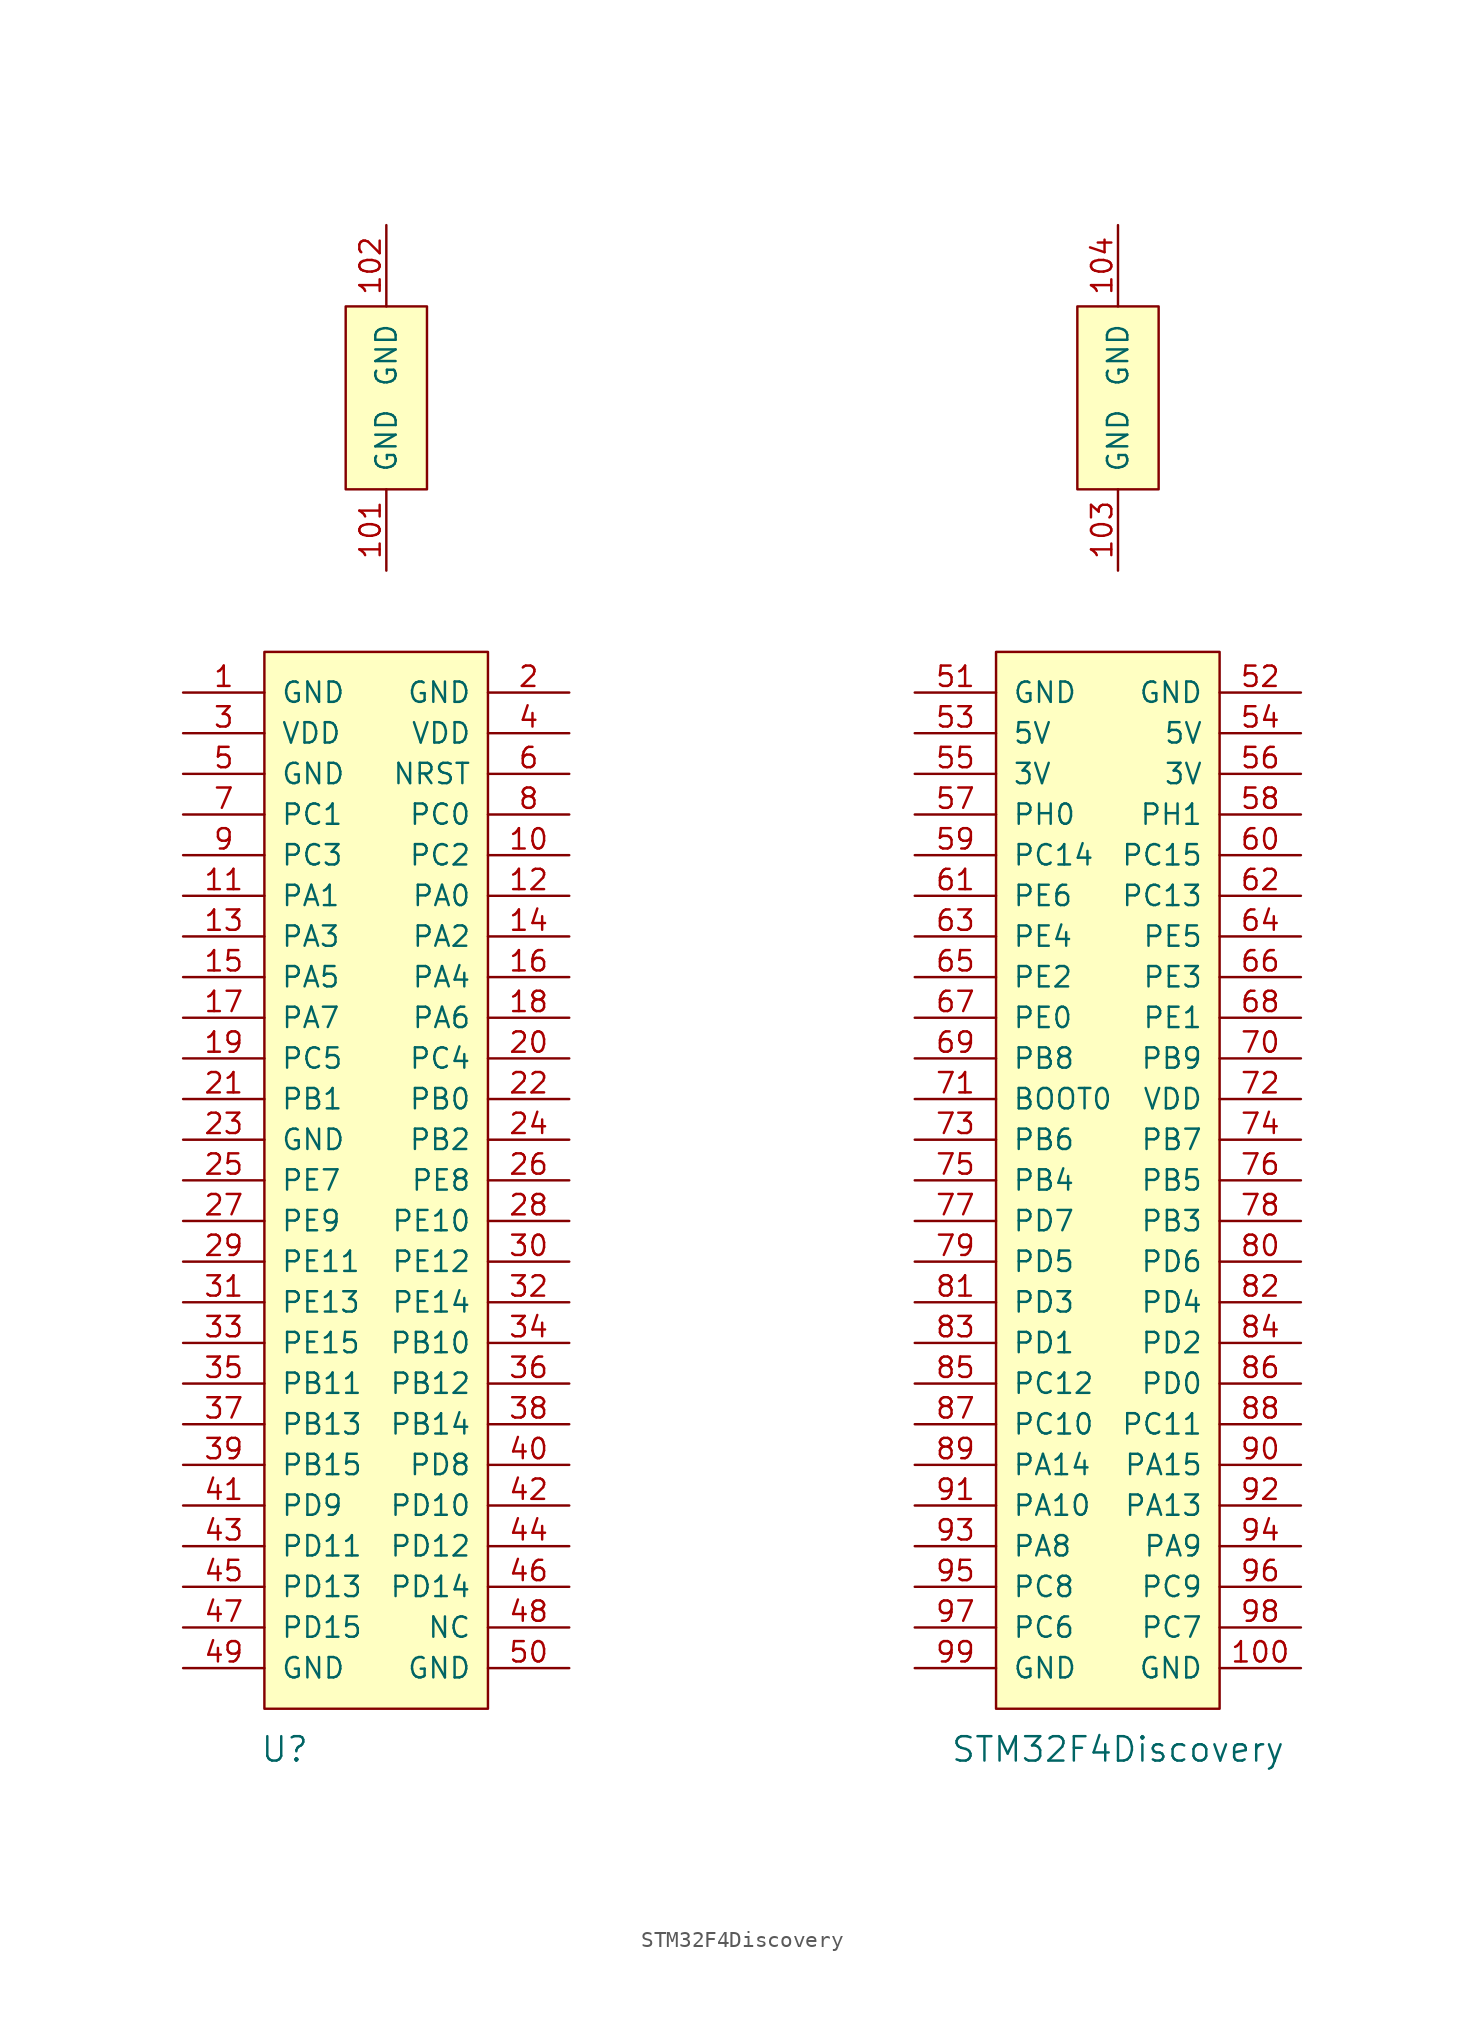
<source format=kicad_sym>
(kicad_symbol_lib
  (version 20211014)
  (generator kicad_symbol_editor)
  (symbol "STM32F4Discovery"
    (pin_names
      (offset 1.016))
    (property "Reference" "U"
      (at -27.94 -2.54 0)
      (effects (font (size 1.524 1.524))))
    (property "Value" "STM32F4Discovery"
      (at 24.13 -2.54 0)
      (effects (font (size 1.524 1.524))))
    (property "Footprint" ""
      (at 0 0 0)
      (effects (font (size 1.524 1.524))))
    (property "Datasheet" ""
      (at 0 0 0)
      (effects (font (size 1.524 1.524))))
    (symbol "STM32F4Discovery_0_1"
      (rectangle (start -29.21 66.04) (end -15.24 0) (stroke (width 0) (type default) (color 0 0 0 0)) (fill (type background)))
      (rectangle (start -24.13 76.2) (end -19.05 87.63) (stroke (width 0) (type default) (color 0 0 0 0)) (fill (type background)))
      (rectangle (start 16.51 66.04) (end 30.48 0) (stroke (width 0) (type default) (color 0 0 0 0)) (fill (type background)))
      (rectangle (start 21.59 76.2) (end 26.67 87.63) (stroke (width 0) (type default) (color 0 0 0 0)) (fill (type background))))
    (symbol "STM32F4Discovery_1_1"
      (pin input line (at -34.29 63.5 0) (length 5.08) (name "GND" (effects (font (size 1.27 1.27)))) (number "1" (effects (font (size 1.27 1.27)))))
      (pin input line (at -10.16 53.34 180) (length 5.08) (name "PC2" (effects (font (size 1.27 1.27)))) (number "10" (effects (font (size 1.27 1.27)))))
      (pin input line (at 35.56 2.54 180) (length 5.08) (name "GND" (effects (font (size 1.27 1.27)))) (number "100" (effects (font (size 1.27 1.27)))))
      (pin input line (at -21.59 71.12 90) (length 5.08) (name "GND" (effects (font (size 1.27 1.27)))) (number "101" (effects (font (size 1.27 1.27)))))
      (pin input line (at -21.59 92.71 270) (length 5.08) (name "GND" (effects (font (size 1.27 1.27)))) (number "102" (effects (font (size 1.27 1.27)))))
      (pin input line (at 24.13 71.12 90) (length 5.08) (name "GND" (effects (font (size 1.27 1.27)))) (number "103" (effects (font (size 1.27 1.27)))))
      (pin input line (at 24.13 92.71 270) (length 5.08) (name "GND" (effects (font (size 1.27 1.27)))) (number "104" (effects (font (size 1.27 1.27)))))
      (pin input line (at -34.29 50.8 0) (length 5.08) (name "PA1" (effects (font (size 1.27 1.27)))) (number "11" (effects (font (size 1.27 1.27)))))
      (pin input line (at -10.16 50.8 180) (length 5.08) (name "PA0" (effects (font (size 1.27 1.27)))) (number "12" (effects (font (size 1.27 1.27)))))
      (pin input line (at -34.29 48.26 0) (length 5.08) (name "PA3" (effects (font (size 1.27 1.27)))) (number "13" (effects (font (size 1.27 1.27)))))
      (pin input line (at -10.16 48.26 180) (length 5.08) (name "PA2" (effects (font (size 1.27 1.27)))) (number "14" (effects (font (size 1.27 1.27)))))
      (pin input line (at -34.29 45.72 0) (length 5.08) (name "PA5" (effects (font (size 1.27 1.27)))) (number "15" (effects (font (size 1.27 1.27)))))
      (pin input line (at -10.16 45.72 180) (length 5.08) (name "PA4" (effects (font (size 1.27 1.27)))) (number "16" (effects (font (size 1.27 1.27)))))
      (pin input line (at -34.29 43.18 0) (length 5.08) (name "PA7" (effects (font (size 1.27 1.27)))) (number "17" (effects (font (size 1.27 1.27)))))
      (pin input line (at -10.16 43.18 180) (length 5.08) (name "PA6" (effects (font (size 1.27 1.27)))) (number "18" (effects (font (size 1.27 1.27)))))
      (pin input line (at -34.29 40.64 0) (length 5.08) (name "PC5" (effects (font (size 1.27 1.27)))) (number "19" (effects (font (size 1.27 1.27)))))
      (pin input line (at -10.16 63.5 180) (length 5.08) (name "GND" (effects (font (size 1.27 1.27)))) (number "2" (effects (font (size 1.27 1.27)))))
      (pin input line (at -10.16 40.64 180) (length 5.08) (name "PC4" (effects (font (size 1.27 1.27)))) (number "20" (effects (font (size 1.27 1.27)))))
      (pin input line (at -34.29 38.1 0) (length 5.08) (name "PB1" (effects (font (size 1.27 1.27)))) (number "21" (effects (font (size 1.27 1.27)))))
      (pin input line (at -10.16 38.1 180) (length 5.08) (name "PB0" (effects (font (size 1.27 1.27)))) (number "22" (effects (font (size 1.27 1.27)))))
      (pin input line (at -34.29 35.56 0) (length 5.08) (name "GND" (effects (font (size 1.27 1.27)))) (number "23" (effects (font (size 1.27 1.27)))))
      (pin input line (at -10.16 35.56 180) (length 5.08) (name "PB2" (effects (font (size 1.27 1.27)))) (number "24" (effects (font (size 1.27 1.27)))))
      (pin input line (at -34.29 33.02 0) (length 5.08) (name "PE7" (effects (font (size 1.27 1.27)))) (number "25" (effects (font (size 1.27 1.27)))))
      (pin input line (at -10.16 33.02 180) (length 5.08) (name "PE8" (effects (font (size 1.27 1.27)))) (number "26" (effects (font (size 1.27 1.27)))))
      (pin input line (at -34.29 30.48 0) (length 5.08) (name "PE9" (effects (font (size 1.27 1.27)))) (number "27" (effects (font (size 1.27 1.27)))))
      (pin input line (at -10.16 30.48 180) (length 5.08) (name "PE10" (effects (font (size 1.27 1.27)))) (number "28" (effects (font (size 1.27 1.27)))))
      (pin input line (at -34.29 27.94 0) (length 5.08) (name "PE11" (effects (font (size 1.27 1.27)))) (number "29" (effects (font (size 1.27 1.27)))))
      (pin input line (at -34.29 60.96 0) (length 5.08) (name "VDD" (effects (font (size 1.27 1.27)))) (number "3" (effects (font (size 1.27 1.27)))))
      (pin input line (at -10.16 27.94 180) (length 5.08) (name "PE12" (effects (font (size 1.27 1.27)))) (number "30" (effects (font (size 1.27 1.27)))))
      (pin input line (at -34.29 25.4 0) (length 5.08) (name "PE13" (effects (font (size 1.27 1.27)))) (number "31" (effects (font (size 1.27 1.27)))))
      (pin input line (at -10.16 25.4 180) (length 5.08) (name "PE14" (effects (font (size 1.27 1.27)))) (number "32" (effects (font (size 1.27 1.27)))))
      (pin input line (at -34.29 22.86 0) (length 5.08) (name "PE15" (effects (font (size 1.27 1.27)))) (number "33" (effects (font (size 1.27 1.27)))))
      (pin input line (at -10.16 22.86 180) (length 5.08) (name "PB10" (effects (font (size 1.27 1.27)))) (number "34" (effects (font (size 1.27 1.27)))))
      (pin input line (at -34.29 20.32 0) (length 5.08) (name "PB11" (effects (font (size 1.27 1.27)))) (number "35" (effects (font (size 1.27 1.27)))))
      (pin input line (at -10.16 20.32 180) (length 5.08) (name "PB12" (effects (font (size 1.27 1.27)))) (number "36" (effects (font (size 1.27 1.27)))))
      (pin input line (at -34.29 17.78 0) (length 5.08) (name "PB13" (effects (font (size 1.27 1.27)))) (number "37" (effects (font (size 1.27 1.27)))))
      (pin input line (at -10.16 17.78 180) (length 5.08) (name "PB14" (effects (font (size 1.27 1.27)))) (number "38" (effects (font (size 1.27 1.27)))))
      (pin input line (at -34.29 15.24 0) (length 5.08) (name "PB15" (effects (font (size 1.27 1.27)))) (number "39" (effects (font (size 1.27 1.27)))))
      (pin input line (at -10.16 60.96 180) (length 5.08) (name "VDD" (effects (font (size 1.27 1.27)))) (number "4" (effects (font (size 1.27 1.27)))))
      (pin input line (at -10.16 15.24 180) (length 5.08) (name "PD8" (effects (font (size 1.27 1.27)))) (number "40" (effects (font (size 1.27 1.27)))))
      (pin input line (at -34.29 12.7 0) (length 5.08) (name "PD9" (effects (font (size 1.27 1.27)))) (number "41" (effects (font (size 1.27 1.27)))))
      (pin input line (at -10.16 12.7 180) (length 5.08) (name "PD10" (effects (font (size 1.27 1.27)))) (number "42" (effects (font (size 1.27 1.27)))))
      (pin input line (at -34.29 10.16 0) (length 5.08) (name "PD11" (effects (font (size 1.27 1.27)))) (number "43" (effects (font (size 1.27 1.27)))))
      (pin input line (at -10.16 10.16 180) (length 5.08) (name "PD12" (effects (font (size 1.27 1.27)))) (number "44" (effects (font (size 1.27 1.27)))))
      (pin input line (at -34.29 7.62 0) (length 5.08) (name "PD13" (effects (font (size 1.27 1.27)))) (number "45" (effects (font (size 1.27 1.27)))))
      (pin input line (at -10.16 7.62 180) (length 5.08) (name "PD14" (effects (font (size 1.27 1.27)))) (number "46" (effects (font (size 1.27 1.27)))))
      (pin input line (at -34.29 5.08 0) (length 5.08) (name "PD15" (effects (font (size 1.27 1.27)))) (number "47" (effects (font (size 1.27 1.27)))))
      (pin input line (at -10.16 5.08 180) (length 5.08) (name "NC" (effects (font (size 1.27 1.27)))) (number "48" (effects (font (size 1.27 1.27)))))
      (pin input line (at -34.29 2.54 0) (length 5.08) (name "GND" (effects (font (size 1.27 1.27)))) (number "49" (effects (font (size 1.27 1.27)))))
      (pin input line (at -34.29 58.42 0) (length 5.08) (name "GND" (effects (font (size 1.27 1.27)))) (number "5" (effects (font (size 1.27 1.27)))))
      (pin input line (at -10.16 2.54 180) (length 5.08) (name "GND" (effects (font (size 1.27 1.27)))) (number "50" (effects (font (size 1.27 1.27)))))
      (pin input line (at 11.43 63.5 0) (length 5.08) (name "GND" (effects (font (size 1.27 1.27)))) (number "51" (effects (font (size 1.27 1.27)))))
      (pin input line (at 35.56 63.5 180) (length 5.08) (name "GND" (effects (font (size 1.27 1.27)))) (number "52" (effects (font (size 1.27 1.27)))))
      (pin input line (at 11.43 60.96 0) (length 5.08) (name "5V" (effects (font (size 1.27 1.27)))) (number "53" (effects (font (size 1.27 1.27)))))
      (pin input line (at 35.56 60.96 180) (length 5.08) (name "5V" (effects (font (size 1.27 1.27)))) (number "54" (effects (font (size 1.27 1.27)))))
      (pin input line (at 11.43 58.42 0) (length 5.08) (name "3V" (effects (font (size 1.27 1.27)))) (number "55" (effects (font (size 1.27 1.27)))))
      (pin input line (at 35.56 58.42 180) (length 5.08) (name "3V" (effects (font (size 1.27 1.27)))) (number "56" (effects (font (size 1.27 1.27)))))
      (pin input line (at 11.43 55.88 0) (length 5.08) (name "PH0" (effects (font (size 1.27 1.27)))) (number "57" (effects (font (size 1.27 1.27)))))
      (pin input line (at 35.56 55.88 180) (length 5.08) (name "PH1" (effects (font (size 1.27 1.27)))) (number "58" (effects (font (size 1.27 1.27)))))
      (pin input line (at 11.43 53.34 0) (length 5.08) (name "PC14" (effects (font (size 1.27 1.27)))) (number "59" (effects (font (size 1.27 1.27)))))
      (pin input line (at -10.16 58.42 180) (length 5.08) (name "NRST" (effects (font (size 1.27 1.27)))) (number "6" (effects (font (size 1.27 1.27)))))
      (pin input line (at 35.56 53.34 180) (length 5.08) (name "PC15" (effects (font (size 1.27 1.27)))) (number "60" (effects (font (size 1.27 1.27)))))
      (pin input line (at 11.43 50.8 0) (length 5.08) (name "PE6" (effects (font (size 1.27 1.27)))) (number "61" (effects (font (size 1.27 1.27)))))
      (pin input line (at 35.56 50.8 180) (length 5.08) (name "PC13" (effects (font (size 1.27 1.27)))) (number "62" (effects (font (size 1.27 1.27)))))
      (pin input line (at 11.43 48.26 0) (length 5.08) (name "PE4" (effects (font (size 1.27 1.27)))) (number "63" (effects (font (size 1.27 1.27)))))
      (pin input line (at 35.56 48.26 180) (length 5.08) (name "PE5" (effects (font (size 1.27 1.27)))) (number "64" (effects (font (size 1.27 1.27)))))
      (pin input line (at 11.43 45.72 0) (length 5.08) (name "PE2" (effects (font (size 1.27 1.27)))) (number "65" (effects (font (size 1.27 1.27)))))
      (pin input line (at 35.56 45.72 180) (length 5.08) (name "PE3" (effects (font (size 1.27 1.27)))) (number "66" (effects (font (size 1.27 1.27)))))
      (pin input line (at 11.43 43.18 0) (length 5.08) (name "PE0" (effects (font (size 1.27 1.27)))) (number "67" (effects (font (size 1.27 1.27)))))
      (pin input line (at 35.56 43.18 180) (length 5.08) (name "PE1" (effects (font (size 1.27 1.27)))) (number "68" (effects (font (size 1.27 1.27)))))
      (pin input line (at 11.43 40.64 0) (length 5.08) (name "PB8" (effects (font (size 1.27 1.27)))) (number "69" (effects (font (size 1.27 1.27)))))
      (pin input line (at -34.29 55.88 0) (length 5.08) (name "PC1" (effects (font (size 1.27 1.27)))) (number "7" (effects (font (size 1.27 1.27)))))
      (pin input line (at 35.56 40.64 180) (length 5.08) (name "PB9" (effects (font (size 1.27 1.27)))) (number "70" (effects (font (size 1.27 1.27)))))
      (pin input line (at 11.43 38.1 0) (length 5.08) (name "BOOT0" (effects (font (size 1.27 1.27)))) (number "71" (effects (font (size 1.27 1.27)))))
      (pin input line (at 35.56 38.1 180) (length 5.08) (name "VDD" (effects (font (size 1.27 1.27)))) (number "72" (effects (font (size 1.27 1.27)))))
      (pin input line (at 11.43 35.56 0) (length 5.08) (name "PB6" (effects (font (size 1.27 1.27)))) (number "73" (effects (font (size 1.27 1.27)))))
      (pin input line (at 35.56 35.56 180) (length 5.08) (name "PB7" (effects (font (size 1.27 1.27)))) (number "74" (effects (font (size 1.27 1.27)))))
      (pin input line (at 11.43 33.02 0) (length 5.08) (name "PB4" (effects (font (size 1.27 1.27)))) (number "75" (effects (font (size 1.27 1.27)))))
      (pin input line (at 35.56 33.02 180) (length 5.08) (name "PB5" (effects (font (size 1.27 1.27)))) (number "76" (effects (font (size 1.27 1.27)))))
      (pin input line (at 11.43 30.48 0) (length 5.08) (name "PD7" (effects (font (size 1.27 1.27)))) (number "77" (effects (font (size 1.27 1.27)))))
      (pin input line (at 35.56 30.48 180) (length 5.08) (name "PB3" (effects (font (size 1.27 1.27)))) (number "78" (effects (font (size 1.27 1.27)))))
      (pin input line (at 11.43 27.94 0) (length 5.08) (name "PD5" (effects (font (size 1.27 1.27)))) (number "79" (effects (font (size 1.27 1.27)))))
      (pin input line (at -10.16 55.88 180) (length 5.08) (name "PC0" (effects (font (size 1.27 1.27)))) (number "8" (effects (font (size 1.27 1.27)))))
      (pin input line (at 35.56 27.94 180) (length 5.08) (name "PD6" (effects (font (size 1.27 1.27)))) (number "80" (effects (font (size 1.27 1.27)))))
      (pin input line (at 11.43 25.4 0) (length 5.08) (name "PD3" (effects (font (size 1.27 1.27)))) (number "81" (effects (font (size 1.27 1.27)))))
      (pin input line (at 35.56 25.4 180) (length 5.08) (name "PD4" (effects (font (size 1.27 1.27)))) (number "82" (effects (font (size 1.27 1.27)))))
      (pin input line (at 11.43 22.86 0) (length 5.08) (name "PD1" (effects (font (size 1.27 1.27)))) (number "83" (effects (font (size 1.27 1.27)))))
      (pin input line (at 35.56 22.86 180) (length 5.08) (name "PD2" (effects (font (size 1.27 1.27)))) (number "84" (effects (font (size 1.27 1.27)))))
      (pin input line (at 11.43 20.32 0) (length 5.08) (name "PC12" (effects (font (size 1.27 1.27)))) (number "85" (effects (font (size 1.27 1.27)))))
      (pin input line (at 35.56 20.32 180) (length 5.08) (name "PD0" (effects (font (size 1.27 1.27)))) (number "86" (effects (font (size 1.27 1.27)))))
      (pin input line (at 11.43 17.78 0) (length 5.08) (name "PC10" (effects (font (size 1.27 1.27)))) (number "87" (effects (font (size 1.27 1.27)))))
      (pin input line (at 35.56 17.78 180) (length 5.08) (name "PC11" (effects (font (size 1.27 1.27)))) (number "88" (effects (font (size 1.27 1.27)))))
      (pin input line (at 11.43 15.24 0) (length 5.08) (name "PA14" (effects (font (size 1.27 1.27)))) (number "89" (effects (font (size 1.27 1.27)))))
      (pin input line (at -34.29 53.34 0) (length 5.08) (name "PC3" (effects (font (size 1.27 1.27)))) (number "9" (effects (font (size 1.27 1.27)))))
      (pin input line (at 35.56 15.24 180) (length 5.08) (name "PA15" (effects (font (size 1.27 1.27)))) (number "90" (effects (font (size 1.27 1.27)))))
      (pin input line (at 11.43 12.7 0) (length 5.08) (name "PA10" (effects (font (size 1.27 1.27)))) (number "91" (effects (font (size 1.27 1.27)))))
      (pin input line (at 35.56 12.7 180) (length 5.08) (name "PA13" (effects (font (size 1.27 1.27)))) (number "92" (effects (font (size 1.27 1.27)))))
      (pin input line (at 11.43 10.16 0) (length 5.08) (name "PA8" (effects (font (size 1.27 1.27)))) (number "93" (effects (font (size 1.27 1.27)))))
      (pin input line (at 35.56 10.16 180) (length 5.08) (name "PA9" (effects (font (size 1.27 1.27)))) (number "94" (effects (font (size 1.27 1.27)))))
      (pin input line (at 11.43 7.62 0) (length 5.08) (name "PC8" (effects (font (size 1.27 1.27)))) (number "95" (effects (font (size 1.27 1.27)))))
      (pin input line (at 35.56 7.62 180) (length 5.08) (name "PC9" (effects (font (size 1.27 1.27)))) (number "96" (effects (font (size 1.27 1.27)))))
      (pin input line (at 11.43 5.08 0) (length 5.08) (name "PC6" (effects (font (size 1.27 1.27)))) (number "97" (effects (font (size 1.27 1.27)))))
      (pin input line (at 35.56 5.08 180) (length 5.08) (name "PC7" (effects (font (size 1.27 1.27)))) (number "98" (effects (font (size 1.27 1.27)))))
      (pin input line (at 11.43 2.54 0) (length 5.08) (name "GND" (effects (font (size 1.27 1.27)))) (number "99" (effects (font (size 1.27 1.27))))))))
</source>
